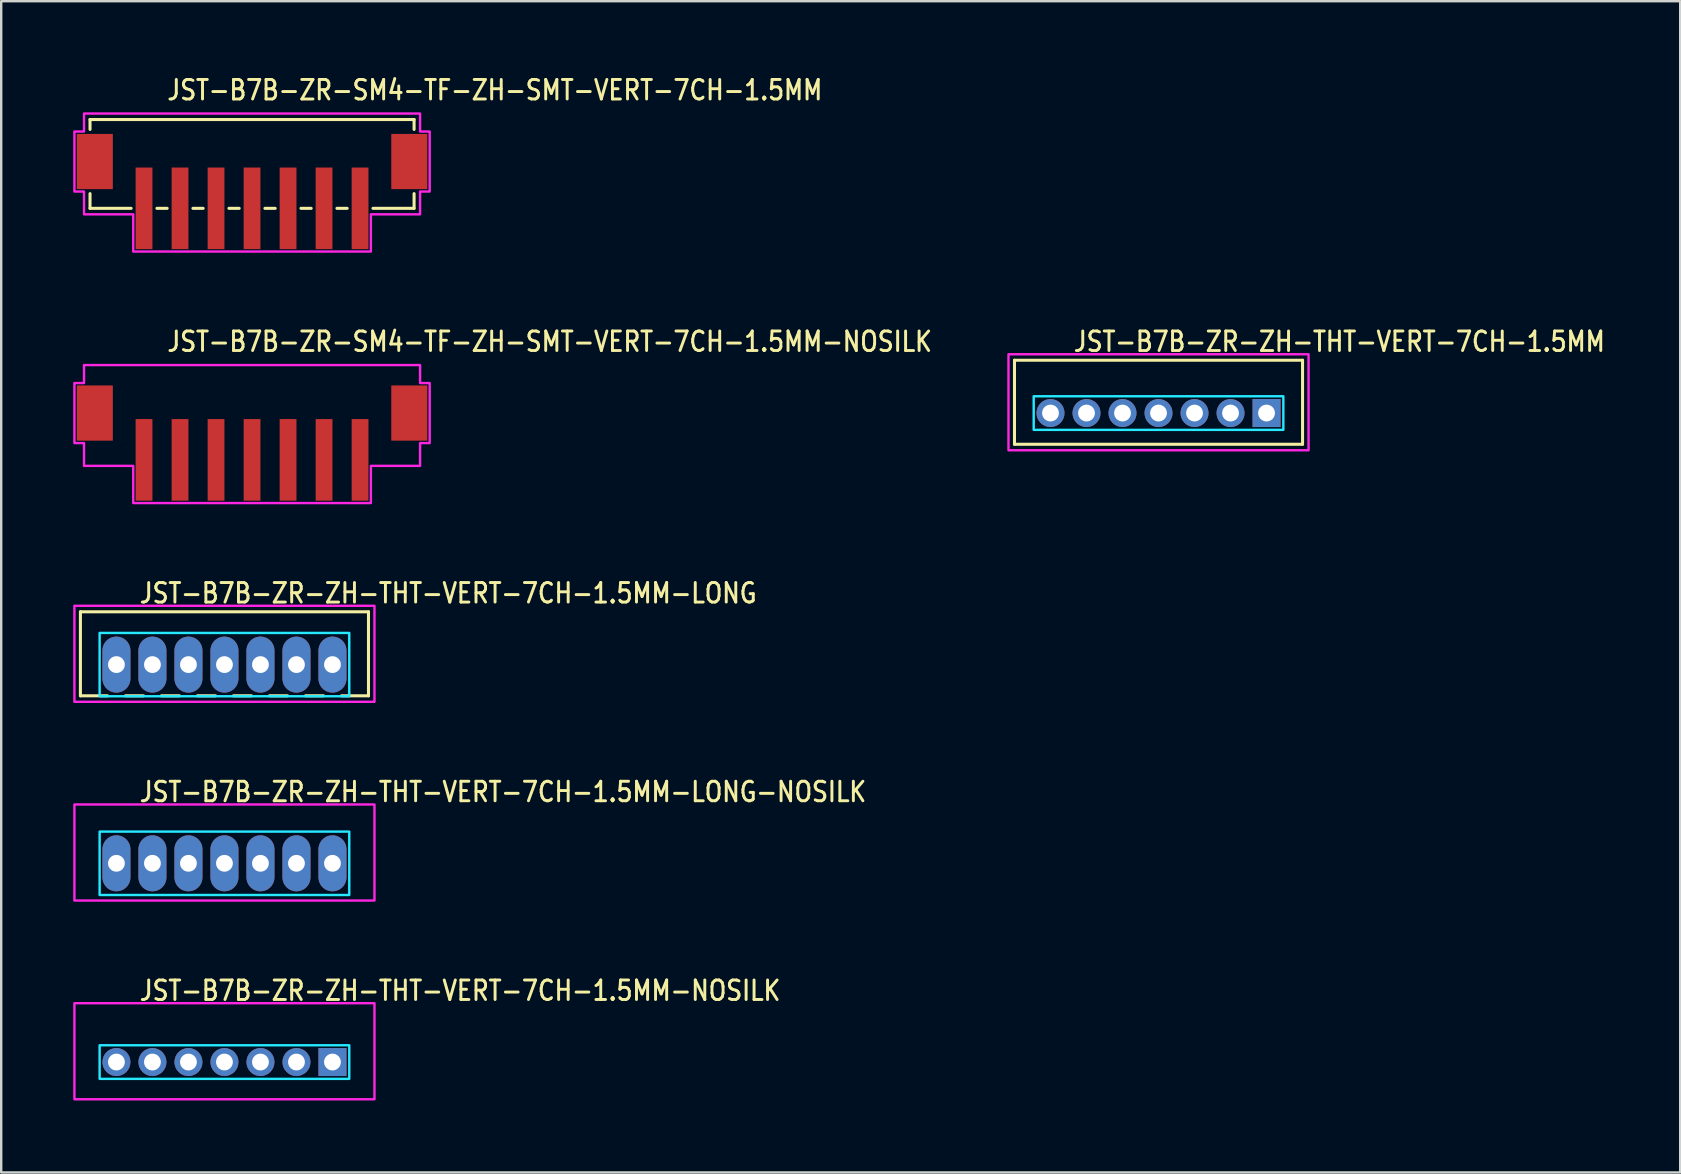
<source format=kicad_pcb>
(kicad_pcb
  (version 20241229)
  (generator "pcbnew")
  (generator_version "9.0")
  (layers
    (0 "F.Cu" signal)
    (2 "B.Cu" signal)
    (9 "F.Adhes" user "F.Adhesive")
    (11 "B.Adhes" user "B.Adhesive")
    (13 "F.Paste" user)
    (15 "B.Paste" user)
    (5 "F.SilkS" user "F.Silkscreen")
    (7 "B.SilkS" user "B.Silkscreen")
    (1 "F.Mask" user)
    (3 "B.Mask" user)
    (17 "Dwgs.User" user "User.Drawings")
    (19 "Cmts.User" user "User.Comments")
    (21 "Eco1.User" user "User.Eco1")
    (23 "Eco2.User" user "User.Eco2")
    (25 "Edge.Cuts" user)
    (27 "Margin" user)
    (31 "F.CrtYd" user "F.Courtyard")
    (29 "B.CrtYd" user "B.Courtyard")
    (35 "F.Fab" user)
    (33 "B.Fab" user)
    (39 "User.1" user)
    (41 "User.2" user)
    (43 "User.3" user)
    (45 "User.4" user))
  (footprint "JST-B7B-ZR-SM4-TF-ZH-SMT-VERT-7CH-1.5MM-NOSILK"
    (layer "F.Cu")
    (at 7.45 14.157)
    (property "Reference" "JST-B7B-ZR-SM4-TF-ZH-SMT-VERT-7CH-1.5MM-NOSILK" (at -3.6 -2.5 0) (unlocked yes) (layer "F.SilkS") (effects (font (size 0.813 0.695) (thickness 0.122)) (justify left bottom)))
    (fp_poly (pts (xy -7 -2) (xy -7 -1.25) (xy -7.4 -1.25) (xy -7.4 1.25) (xy -7 1.25) (xy -7 2.2) (xy -4.95 2.2) (xy -4.95 3.75) (xy 4.95 3.75) (xy 4.95 2.2) (xy 7 2.2) (xy 7 1.25) (xy 7.4 1.25) (xy 7.4 -1.25) (xy 7 -1.25) (xy 7 -2)) (stroke (width 0.1) (type solid)) (fill no) (layer "F.CrtYd"))
    (pad "1" smd rect (at -4.5 1.95) (size 0.7 3.4) (layers "F.Cu" "F.Mask" "F.Paste"))
    (pad "2" smd rect (at -3 1.95) (size 0.7 3.4) (layers "F.Cu" "F.Mask" "F.Paste"))
    (pad "3" smd rect (at -1.5 1.95) (size 0.7 3.4) (layers "F.Cu" "F.Mask" "F.Paste"))
    (pad "4" smd rect (at 0 1.95) (size 0.7 3.4) (layers "F.Cu" "F.Mask" "F.Paste"))
    (pad "5" smd rect (at 1.5 1.95) (size 0.7 3.4) (layers "F.Cu" "F.Mask" "F.Paste"))
    (pad "6" smd rect (at 3 1.95) (size 0.7 3.4) (layers "F.Cu" "F.Mask" "F.Paste"))
    (pad "7" smd rect (at 4.5 1.95) (size 0.7 3.4) (layers "F.Cu" "F.Mask" "F.Paste"))
    (pad "8" smd rect (at 6.55 0) (size 1.5 2.3) (layers "F.Cu" "F.Mask" "F.Paste"))
    (pad "9" smd rect (at -6.55 0) (size 1.5 2.3) (layers "F.Cu" "F.Mask" "F.Paste")))
  (footprint "JST-B7B-ZR-SM4-TF-ZH-SMT-VERT-7CH-1.5MM"
    (layer "F.Cu")
    (at 7.45 3.679)
    (property "Reference" "JST-B7B-ZR-SM4-TF-ZH-SMT-VERT-7CH-1.5MM" (at -3.6 -2.5 0) (unlocked yes) (layer "F.SilkS") (effects (font (size 0.813 0.695) (thickness 0.122)) (justify left bottom)))
    (fp_line (start -6.75 -1.75) (end -6.75 -1.337) (stroke (width 0.127) (type solid)) (layer "F.SilkS"))
    (fp_line (start -6.75 -1.75) (end 6.75 -1.75) (stroke (width 0.127) (type solid)) (layer "F.SilkS"))
    (fp_line (start -6.75 1.95) (end -6.75 1.337) (stroke (width 0.127) (type solid)) (layer "F.SilkS"))
    (fp_line (start -6.75 1.95) (end -5.037 1.95) (stroke (width 0.127) (type solid)) (layer "F.SilkS"))
    (fp_line (start -3.963 1.95) (end -3.537 1.95) (stroke (width 0.127) (type solid)) (layer "F.SilkS"))
    (fp_line (start -2.463 1.95) (end -2.037 1.95) (stroke (width 0.127) (type solid)) (layer "F.SilkS"))
    (fp_line (start -0.964 1.95) (end -0.536 1.95) (stroke (width 0.127) (type solid)) (layer "F.SilkS"))
    (fp_line (start 0.536 1.95) (end 0.964 1.95) (stroke (width 0.127) (type solid)) (layer "F.SilkS"))
    (fp_line (start 2.037 1.95) (end 2.463 1.95) (stroke (width 0.127) (type solid)) (layer "F.SilkS"))
    (fp_line (start 3.537 1.95) (end 3.963 1.95) (stroke (width 0.127) (type solid)) (layer "F.SilkS"))
    (fp_line (start 5.037 1.95) (end 6.75 1.95) (stroke (width 0.127) (type solid)) (layer "F.SilkS"))
    (fp_line (start 6.75 -1.337) (end 6.75 -1.75) (stroke (width 0.127) (type solid)) (layer "F.SilkS"))
    (fp_line (start 6.75 1.337) (end 6.75 1.95) (stroke (width 0.127) (type solid)) (layer "F.SilkS"))
    (fp_poly (pts (xy -7 -2) (xy -7 -1.25) (xy -7.4 -1.25) (xy -7.4 1.25) (xy -7 1.25) (xy -7 2.2) (xy -4.95 2.2) (xy -4.95 3.75) (xy 4.95 3.75) (xy 4.95 2.2) (xy 7 2.2) (xy 7 1.25) (xy 7.4 1.25) (xy 7.4 -1.25) (xy 7 -1.25) (xy 7 -2)) (stroke (width 0.1) (type solid)) (fill no) (layer "F.CrtYd"))
    (pad "1" smd rect (at -4.5 1.95) (size 0.7 3.4) (layers "F.Cu" "F.Mask" "F.Paste"))
    (pad "2" smd rect (at -3 1.95) (size 0.7 3.4) (layers "F.Cu" "F.Mask" "F.Paste"))
    (pad "3" smd rect (at -1.5 1.95) (size 0.7 3.4) (layers "F.Cu" "F.Mask" "F.Paste"))
    (pad "4" smd rect (at 0 1.95) (size 0.7 3.4) (layers "F.Cu" "F.Mask" "F.Paste"))
    (pad "5" smd rect (at 1.5 1.95) (size 0.7 3.4) (layers "F.Cu" "F.Mask" "F.Paste"))
    (pad "6" smd rect (at 3 1.95) (size 0.7 3.4) (layers "F.Cu" "F.Mask" "F.Paste"))
    (pad "7" smd rect (at 4.5 1.95) (size 0.7 3.4) (layers "F.Cu" "F.Mask" "F.Paste"))
    (pad "S_8" smd rect (at 6.55 0) (size 1.5 2.3) (layers "F.Cu" "F.Mask" "F.Paste"))
    (pad "S_9" smd rect (at -6.55 0) (size 1.5 2.3) (layers "F.Cu" "F.Mask" "F.Paste")))
  (footprint "JST-B7B-ZR-ZH-THT-VERT-7CH-1.5MM-LONG"
    (layer "F.Cu")
    (at 6.3 24.636)
    (property "Reference" "JST-B7B-ZR-ZH-THT-VERT-7CH-1.5MM-LONG" (at -3.6 -2.5 0) (unlocked yes) (layer "F.SilkS") (effects (font (size 0.813 0.695) (thickness 0.122)) (justify left bottom)))
    (fp_line (start -6 -2.2) (end 6 -2.2) (stroke (width 0.127) (type solid)) (layer "F.SilkS"))
    (fp_line (start -6 1.3) (end -6 -2.2) (stroke (width 0.127) (type solid)) (layer "F.SilkS"))
    (fp_line (start -6 1.3) (end -4.875 1.3) (stroke (width 0.127) (type solid)) (layer "F.SilkS"))
    (fp_line (start -4.125 1.3) (end -3.375 1.3) (stroke (width 0.127) (type solid)) (layer "F.SilkS"))
    (fp_line (start -2.625 1.3) (end -1.875 1.3) (stroke (width 0.127) (type solid)) (layer "F.SilkS"))
    (fp_line (start -1.125 1.3) (end -0.375 1.3) (stroke (width 0.127) (type solid)) (layer "F.SilkS"))
    (fp_line (start 0.375 1.3) (end 1.125 1.3) (stroke (width 0.127) (type solid)) (layer "F.SilkS"))
    (fp_line (start 1.875 1.3) (end 2.625 1.3) (stroke (width 0.127) (type solid)) (layer "F.SilkS"))
    (fp_line (start 3.375 1.3) (end 4.125 1.3) (stroke (width 0.127) (type solid)) (layer "F.SilkS"))
    (fp_line (start 4.875 1.3) (end 6 1.3) (stroke (width 0.127) (type solid)) (layer "F.SilkS"))
    (fp_line (start 6 -2.2) (end 6 1.3) (stroke (width 0.127) (type solid)) (layer "F.SilkS"))
    (fp_poly (pts (xy -5.2 -1.32) (xy -5.2 1.32) (xy 5.2 1.32) (xy 5.2 -1.32)) (stroke (width 0.1) (type solid)) (fill no) (layer "B.CrtYd"))
    (fp_poly (pts (xy -6.25 -2.45) (xy -6.25 1.55) (xy 6.25 1.55) (xy 6.25 -2.45)) (stroke (width 0.1) (type solid)) (fill no) (layer "F.CrtYd"))
    (pad "1" thru_hole oval (at 4.5 0 90) (size 2.333 1.167) (drill 0.7) (layers "*.Cu" "*.Mask"))
    (pad "2" thru_hole oval (at 3 0 90) (size 2.333 1.167) (drill 0.7) (layers "*.Cu" "*.Mask"))
    (pad "3" thru_hole oval (at 1.5 0 90) (size 2.333 1.167) (drill 0.7) (layers "*.Cu" "*.Mask"))
    (pad "4" thru_hole oval (at 0 0 90) (size 2.333 1.167) (drill 0.7) (layers "*.Cu" "*.Mask"))
    (pad "5" thru_hole oval (at -1.5 0 90) (size 2.333 1.167) (drill 0.7) (layers "*.Cu" "*.Mask"))
    (pad "6" thru_hole oval (at -3 0 90) (size 2.333 1.167) (drill 0.7) (layers "*.Cu" "*.Mask"))
    (pad "7" thru_hole oval (at -4.5 0 90) (size 2.333 1.167) (drill 0.7) (layers "*.Cu" "*.Mask")))
  (footprint "JST-B7B-ZR-ZH-THT-VERT-7CH-1.5MM"
    (layer "F.Cu")
    (at 45.212 14.157)
    (property "Reference" "JST-B7B-ZR-ZH-THT-VERT-7CH-1.5MM" (at -3.6 -2.5 0) (unlocked yes) (layer "F.SilkS") (effects (font (size 0.813 0.695) (thickness 0.122)) (justify left bottom)))
    (fp_line (start -6 -2.2) (end 6 -2.2) (stroke (width 0.127) (type solid)) (layer "F.SilkS"))
    (fp_line (start -6 1.3) (end -6 -2.2) (stroke (width 0.127) (type solid)) (layer "F.SilkS"))
    (fp_line (start -6 1.3) (end 6 1.3) (stroke (width 0.127) (type solid)) (layer "F.SilkS"))
    (fp_line (start 6 -2.2) (end 6 1.3) (stroke (width 0.127) (type solid)) (layer "F.SilkS"))
    (fp_poly (pts (xy -5.2 -0.7) (xy -5.2 0.7) (xy 5.2 0.7) (xy 5.2 -0.7)) (stroke (width 0.1) (type solid)) (fill no) (layer "B.CrtYd"))
    (fp_poly (pts (xy -6.25 -2.45) (xy -6.25 1.55) (xy 6.25 1.55) (xy 6.25 -2.45)) (stroke (width 0.1) (type solid)) (fill no) (layer "F.CrtYd"))
    (pad "1" thru_hole rect (at 4.5 0) (size 1.167 1.167) (drill 0.7) (layers "*.Cu" "*.Mask"))
    (pad "2" thru_hole oval (at 3 0) (size 1.167 1.167) (drill 0.7) (layers "*.Cu" "*.Mask"))
    (pad "3" thru_hole oval (at 1.5 0) (size 1.167 1.167) (drill 0.7) (layers "*.Cu" "*.Mask"))
    (pad "4" thru_hole oval (at 0 0) (size 1.167 1.167) (drill 0.7) (layers "*.Cu" "*.Mask"))
    (pad "5" thru_hole oval (at -1.5 0) (size 1.167 1.167) (drill 0.7) (layers "*.Cu" "*.Mask"))
    (pad "6" thru_hole oval (at -3 0) (size 1.167 1.167) (drill 0.7) (layers "*.Cu" "*.Mask"))
    (pad "7" thru_hole oval (at -4.5 0) (size 1.167 1.167) (drill 0.7) (layers "*.Cu" "*.Mask")))
  (footprint "JST-B7B-ZR-ZH-THT-VERT-7CH-1.5MM-LONG-NOSILK"
    (layer "F.Cu")
    (at 6.3 32.914)
    (property "Reference" "JST-B7B-ZR-ZH-THT-VERT-7CH-1.5MM-LONG-NOSILK" (at -3.6 -2.5 0) (unlocked yes) (layer "F.SilkS") (effects (font (size 0.813 0.695) (thickness 0.122)) (justify left bottom)))
    (fp_poly (pts (xy -5.2 -1.32) (xy -5.2 1.32) (xy 5.2 1.32) (xy 5.2 -1.32)) (stroke (width 0.1) (type solid)) (fill no) (layer "B.CrtYd"))
    (fp_poly (pts (xy -6.25 -2.45) (xy -6.25 1.55) (xy 6.25 1.55) (xy 6.25 -2.45)) (stroke (width 0.1) (type solid)) (fill no) (layer "F.CrtYd"))
    (pad "1" thru_hole oval (at 4.5 0 90) (size 2.333 1.167) (drill 0.7) (layers "*.Cu" "*.Mask"))
    (pad "2" thru_hole oval (at 3 0 90) (size 2.333 1.167) (drill 0.7) (layers "*.Cu" "*.Mask"))
    (pad "3" thru_hole oval (at 1.5 0 90) (size 2.333 1.167) (drill 0.7) (layers "*.Cu" "*.Mask"))
    (pad "4" thru_hole oval (at 0 0 90) (size 2.333 1.167) (drill 0.7) (layers "*.Cu" "*.Mask"))
    (pad "5" thru_hole oval (at -1.5 0 90) (size 2.333 1.167) (drill 0.7) (layers "*.Cu" "*.Mask"))
    (pad "6" thru_hole oval (at -3 0 90) (size 2.333 1.167) (drill 0.7) (layers "*.Cu" "*.Mask"))
    (pad "7" thru_hole oval (at -4.5 0 90) (size 2.333 1.167) (drill 0.7) (layers "*.Cu" "*.Mask")))
  (footprint "JST-B7B-ZR-ZH-THT-VERT-7CH-1.5MM-NOSILK"
    (layer "F.Cu")
    (at 6.3 41.193)
    (property "Reference" "JST-B7B-ZR-ZH-THT-VERT-7CH-1.5MM-NOSILK" (at -3.6 -2.5 0) (unlocked yes) (layer "F.SilkS") (effects (font (size 0.813 0.695) (thickness 0.122)) (justify left bottom)))
    (fp_poly (pts (xy -5.2 -0.7) (xy -5.2 0.7) (xy 5.2 0.7) (xy 5.2 -0.7)) (stroke (width 0.1) (type solid)) (fill no) (layer "B.CrtYd"))
    (fp_poly (pts (xy -6.25 -2.45) (xy -6.25 1.55) (xy 6.25 1.55) (xy 6.25 -2.45)) (stroke (width 0.1) (type solid)) (fill no) (layer "F.CrtYd"))
    (pad "1" thru_hole rect (at 4.5 0) (size 1.167 1.167) (drill 0.7) (layers "*.Cu" "*.Mask"))
    (pad "2" thru_hole oval (at 3 0) (size 1.167 1.167) (drill 0.7) (layers "*.Cu" "*.Mask"))
    (pad "3" thru_hole oval (at 1.5 0) (size 1.167 1.167) (drill 0.7) (layers "*.Cu" "*.Mask"))
    (pad "4" thru_hole oval (at 0 0) (size 1.167 1.167) (drill 0.7) (layers "*.Cu" "*.Mask"))
    (pad "5" thru_hole oval (at -1.5 0) (size 1.167 1.167) (drill 0.7) (layers "*.Cu" "*.Mask"))
    (pad "6" thru_hole oval (at -3 0) (size 1.167 1.167) (drill 0.7) (layers "*.Cu" "*.Mask"))
    (pad "7" thru_hole oval (at -4.5 0) (size 1.167 1.167) (drill 0.7) (layers "*.Cu" "*.Mask")))
  (gr_rect
    (start -3 -3)
    (end 66.944 45.793)
    (stroke (width 0.1) (type default))
    (fill no)
    (layer "Edge.Cuts")))
</source>
